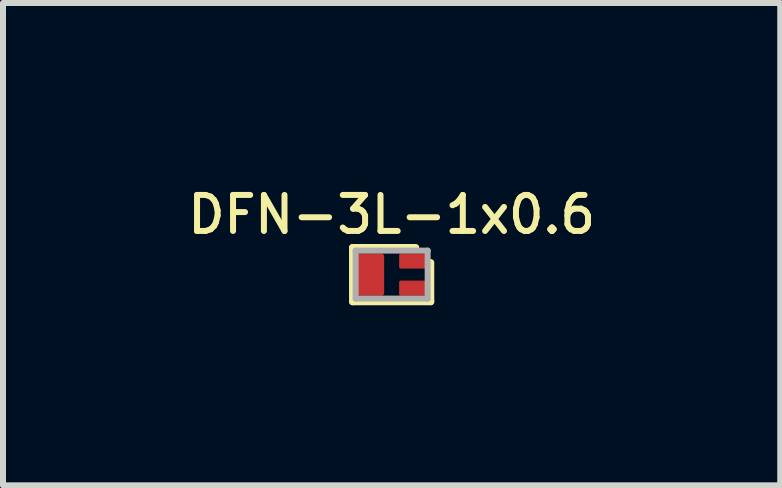
<source format=kicad_pcb>
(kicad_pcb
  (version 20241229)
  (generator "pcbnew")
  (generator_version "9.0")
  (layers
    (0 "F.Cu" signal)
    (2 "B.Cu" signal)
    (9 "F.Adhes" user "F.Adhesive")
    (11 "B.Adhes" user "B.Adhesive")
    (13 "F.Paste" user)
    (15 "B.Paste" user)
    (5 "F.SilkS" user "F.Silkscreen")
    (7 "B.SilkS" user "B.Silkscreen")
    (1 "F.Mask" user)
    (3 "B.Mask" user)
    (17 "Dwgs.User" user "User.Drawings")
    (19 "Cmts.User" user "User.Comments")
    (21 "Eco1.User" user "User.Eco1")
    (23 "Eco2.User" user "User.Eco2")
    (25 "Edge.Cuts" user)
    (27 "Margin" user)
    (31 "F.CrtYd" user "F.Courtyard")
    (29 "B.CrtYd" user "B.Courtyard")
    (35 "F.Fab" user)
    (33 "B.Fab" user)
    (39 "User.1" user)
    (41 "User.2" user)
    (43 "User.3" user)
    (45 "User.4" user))
  (footprint "DFN-3L-1x0.6"
    (layer "F.Cu")
    (at 3.476 1.526)
    (property "Reference" "DFN-3L-1x0.6" (at 0 -1 0) (unlocked yes) (layer "F.SilkS") (effects (font (size 0.6 0.6) (thickness 0.1))))
    (attr smd)
    (fp_line (start -0.65 -0.45) (end 0.4 -0.45) (stroke (width 0.12) (type solid)) (layer "F.SilkS"))
    (fp_line (start -0.65 0.45) (end -0.65 -0.45) (stroke (width 0.12) (type solid)) (layer "F.SilkS"))
    (fp_line (start 0.65 -0.2) (end 0.65 0.45) (stroke (width 0.12) (type solid)) (layer "F.SilkS"))
    (fp_line (start 0.65 0.45) (end -0.65 0.45) (stroke (width 0.12) (type solid)) (layer "F.SilkS"))
    (fp_line (start -0.6 -0.4) (end 0.6 -0.4) (stroke (width 0.1) (type solid)) (layer "F.Fab"))
    (fp_line (start -0.6 0.4) (end -0.6 -0.4) (stroke (width 0.1) (type solid)) (layer "F.Fab"))
    (fp_line (start 0.6 -0.4) (end 0.6 0.4) (stroke (width 0.1) (type solid)) (layer "F.Fab"))
    (fp_line (start 0.6 0.4) (end -0.6 0.4) (stroke (width 0.1) (type solid)) (layer "F.Fab"))
    (pad "1" smd roundrect (at 0.35 -0.225) (size 0.45 0.25) (layers "F.Cu" "F.Mask" "F.Paste") (roundrect_rratio 0.1))
    (pad "2" smd roundrect (at 0.35 0.225) (size 0.45 0.25) (layers "F.Cu" "F.Mask" "F.Paste") (roundrect_rratio 0.1))
    (pad "3" smd roundrect (at -0.35 0) (size 0.45 0.7) (layers "F.Cu" "F.Mask" "F.Paste") (roundrect_rratio 0.1)))
  (gr_rect
    (start -3 -3)
    (end 9.951 5.037)
    (stroke (width 0.1) (type default))
    (fill no)
    (layer "Edge.Cuts")))
</source>
